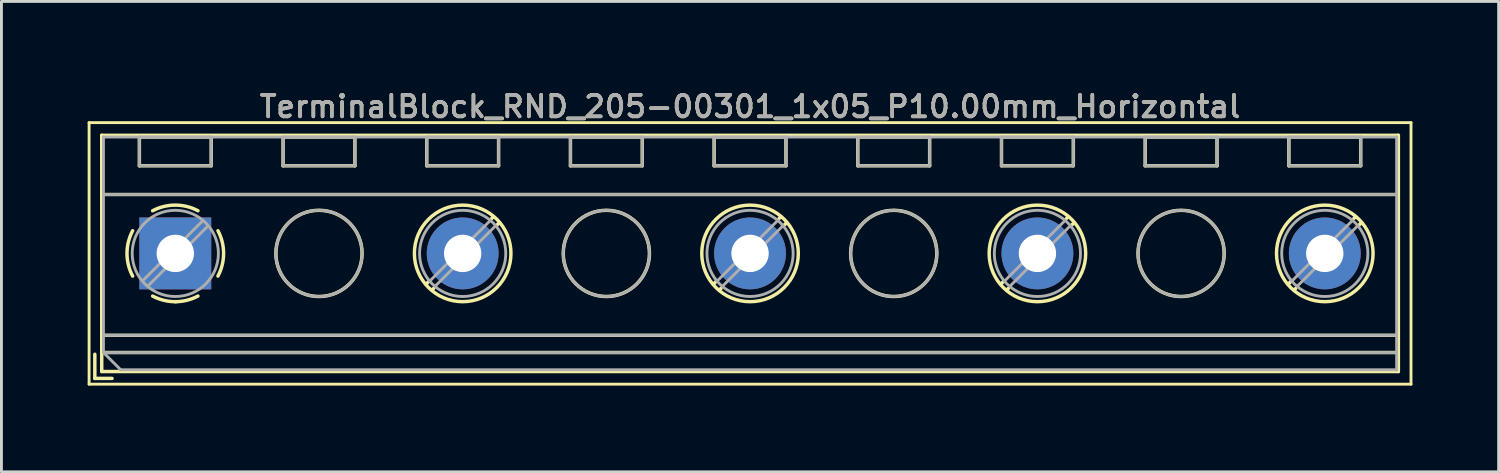
<source format=kicad_pcb>
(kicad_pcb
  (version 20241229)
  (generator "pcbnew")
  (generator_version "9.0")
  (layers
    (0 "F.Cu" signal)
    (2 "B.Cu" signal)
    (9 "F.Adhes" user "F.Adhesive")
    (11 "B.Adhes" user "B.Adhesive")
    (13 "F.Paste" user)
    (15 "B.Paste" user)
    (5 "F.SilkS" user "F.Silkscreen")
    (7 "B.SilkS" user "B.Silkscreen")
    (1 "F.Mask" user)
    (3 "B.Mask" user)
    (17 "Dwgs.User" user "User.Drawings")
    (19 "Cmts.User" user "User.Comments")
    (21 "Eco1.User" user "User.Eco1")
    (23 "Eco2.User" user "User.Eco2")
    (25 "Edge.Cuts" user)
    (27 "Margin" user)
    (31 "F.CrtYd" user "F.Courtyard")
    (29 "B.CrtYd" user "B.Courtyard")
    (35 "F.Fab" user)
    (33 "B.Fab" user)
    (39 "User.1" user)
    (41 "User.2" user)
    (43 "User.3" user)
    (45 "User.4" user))
  (footprint "TerminalBlock_RND_205-00301_1x05_P10.00mm_Horizontal"
    (layer "F.Cu")
    (at 3.05 5.768)
    (property "Reference" "TerminalBlock_RND_205-00301_1x05_P10.00mm_Horizontal" (at 20 -5.11 0) (layer "F.SilkS") (effects (font (size 0.75 0.75) (thickness 0.125))))
    (attr through_hole)
    (fp_line (start -3 -4.55) (end -3 4.55) (stroke (width 0.1) (type solid)) (layer "F.SilkS"))
    (fp_line (start -3 4.55) (end 43 4.55) (stroke (width 0.1) (type solid)) (layer "F.SilkS"))
    (fp_line (start -2.8 3.51) (end -2.8 4.35) (stroke (width 0.12) (type solid)) (layer "F.SilkS"))
    (fp_line (start -2.8 4.35) (end -2.2 4.35) (stroke (width 0.12) (type solid)) (layer "F.SilkS"))
    (fp_line (start -2.56 -4.11) (end -2.56 4.11) (stroke (width 0.12) (type solid)) (layer "F.SilkS"))
    (fp_line (start -2.56 -4.11) (end 42.56 -4.11) (stroke (width 0.12) (type solid)) (layer "F.SilkS"))
    (fp_line (start -2.56 -2.05) (end 42.56 -2.05) (stroke (width 0.12) (type solid)) (layer "F.SilkS"))
    (fp_line (start -2.56 2.85) (end 42.56 2.85) (stroke (width 0.12) (type solid)) (layer "F.SilkS"))
    (fp_line (start -2.56 3.45) (end 42.56 3.45) (stroke (width 0.12) (type solid)) (layer "F.SilkS"))
    (fp_line (start -2.56 4.11) (end 42.56 4.11) (stroke (width 0.12) (type solid)) (layer "F.SilkS"))
    (fp_line (start -1.25 -4.05) (end -1.25 -3.05) (stroke (width 0.12) (type solid)) (layer "F.SilkS"))
    (fp_line (start -1.25 -4.05) (end 1.25 -4.05) (stroke (width 0.12) (type solid)) (layer "F.SilkS"))
    (fp_line (start -1.25 -3.05) (end 1.25 -3.05) (stroke (width 0.12) (type solid)) (layer "F.SilkS"))
    (fp_line (start 1.25 -4.05) (end 1.25 -3.05) (stroke (width 0.12) (type solid)) (layer "F.SilkS"))
    (fp_line (start 3.75 -4.05) (end 3.75 -3.05) (stroke (width 0.12) (type solid)) (layer "F.SilkS"))
    (fp_line (start 3.75 -4.05) (end 6.25 -4.05) (stroke (width 0.12) (type solid)) (layer "F.SilkS"))
    (fp_line (start 3.75 -3.05) (end 6.25 -3.05) (stroke (width 0.12) (type solid)) (layer "F.SilkS"))
    (fp_line (start 6.25 -4.05) (end 6.25 -3.05) (stroke (width 0.12) (type solid)) (layer "F.SilkS"))
    (fp_line (start 8.75 -4.05) (end 8.75 -3.05) (stroke (width 0.12) (type solid)) (layer "F.SilkS"))
    (fp_line (start 8.75 -4.05) (end 11.25 -4.05) (stroke (width 0.12) (type solid)) (layer "F.SilkS"))
    (fp_line (start 8.75 -3.05) (end 11.25 -3.05) (stroke (width 0.12) (type solid)) (layer "F.SilkS"))
    (fp_line (start 8.82 0.976) (end 8.726 1.069) (stroke (width 0.12) (type solid)) (layer "F.SilkS"))
    (fp_line (start 8.99 1.216) (end 8.931 1.274) (stroke (width 0.12) (type solid)) (layer "F.SilkS"))
    (fp_line (start 11.07 -1.275) (end 11.011 -1.216) (stroke (width 0.12) (type solid)) (layer "F.SilkS"))
    (fp_line (start 11.25 -4.05) (end 11.25 -3.05) (stroke (width 0.12) (type solid)) (layer "F.SilkS"))
    (fp_line (start 11.275 -1.069) (end 11.181 -0.976) (stroke (width 0.12) (type solid)) (layer "F.SilkS"))
    (fp_line (start 13.75 -4.05) (end 13.75 -3.05) (stroke (width 0.12) (type solid)) (layer "F.SilkS"))
    (fp_line (start 13.75 -4.05) (end 16.25 -4.05) (stroke (width 0.12) (type solid)) (layer "F.SilkS"))
    (fp_line (start 13.75 -3.05) (end 16.25 -3.05) (stroke (width 0.12) (type solid)) (layer "F.SilkS"))
    (fp_line (start 16.25 -4.05) (end 16.25 -3.05) (stroke (width 0.12) (type solid)) (layer "F.SilkS"))
    (fp_line (start 18.75 -4.05) (end 18.75 -3.05) (stroke (width 0.12) (type solid)) (layer "F.SilkS"))
    (fp_line (start 18.75 -4.05) (end 21.25 -4.05) (stroke (width 0.12) (type solid)) (layer "F.SilkS"))
    (fp_line (start 18.75 -3.05) (end 21.25 -3.05) (stroke (width 0.12) (type solid)) (layer "F.SilkS"))
    (fp_line (start 18.82 0.976) (end 18.726 1.069) (stroke (width 0.12) (type solid)) (layer "F.SilkS"))
    (fp_line (start 18.99 1.216) (end 18.931 1.274) (stroke (width 0.12) (type solid)) (layer "F.SilkS"))
    (fp_line (start 21.07 -1.275) (end 21.011 -1.216) (stroke (width 0.12) (type solid)) (layer "F.SilkS"))
    (fp_line (start 21.25 -4.05) (end 21.25 -3.05) (stroke (width 0.12) (type solid)) (layer "F.SilkS"))
    (fp_line (start 21.275 -1.069) (end 21.181 -0.976) (stroke (width 0.12) (type solid)) (layer "F.SilkS"))
    (fp_line (start 23.75 -4.05) (end 23.75 -3.05) (stroke (width 0.12) (type solid)) (layer "F.SilkS"))
    (fp_line (start 23.75 -4.05) (end 26.25 -4.05) (stroke (width 0.12) (type solid)) (layer "F.SilkS"))
    (fp_line (start 23.75 -3.05) (end 26.25 -3.05) (stroke (width 0.12) (type solid)) (layer "F.SilkS"))
    (fp_line (start 26.25 -4.05) (end 26.25 -3.05) (stroke (width 0.12) (type solid)) (layer "F.SilkS"))
    (fp_line (start 28.75 -4.05) (end 28.75 -3.05) (stroke (width 0.12) (type solid)) (layer "F.SilkS"))
    (fp_line (start 28.75 -4.05) (end 31.25 -4.05) (stroke (width 0.12) (type solid)) (layer "F.SilkS"))
    (fp_line (start 28.75 -3.05) (end 31.25 -3.05) (stroke (width 0.12) (type solid)) (layer "F.SilkS"))
    (fp_line (start 28.82 0.976) (end 28.726 1.069) (stroke (width 0.12) (type solid)) (layer "F.SilkS"))
    (fp_line (start 28.99 1.216) (end 28.931 1.274) (stroke (width 0.12) (type solid)) (layer "F.SilkS"))
    (fp_line (start 31.07 -1.275) (end 31.011 -1.216) (stroke (width 0.12) (type solid)) (layer "F.SilkS"))
    (fp_line (start 31.25 -4.05) (end 31.25 -3.05) (stroke (width 0.12) (type solid)) (layer "F.SilkS"))
    (fp_line (start 31.275 -1.069) (end 31.181 -0.976) (stroke (width 0.12) (type solid)) (layer "F.SilkS"))
    (fp_line (start 33.75 -4.05) (end 33.75 -3.05) (stroke (width 0.12) (type solid)) (layer "F.SilkS"))
    (fp_line (start 33.75 -4.05) (end 36.25 -4.05) (stroke (width 0.12) (type solid)) (layer "F.SilkS"))
    (fp_line (start 33.75 -3.05) (end 36.25 -3.05) (stroke (width 0.12) (type solid)) (layer "F.SilkS"))
    (fp_line (start 36.25 -4.05) (end 36.25 -3.05) (stroke (width 0.12) (type solid)) (layer "F.SilkS"))
    (fp_line (start 38.75 -4.05) (end 38.75 -3.05) (stroke (width 0.12) (type solid)) (layer "F.SilkS"))
    (fp_line (start 38.75 -4.05) (end 41.25 -4.05) (stroke (width 0.12) (type solid)) (layer "F.SilkS"))
    (fp_line (start 38.75 -3.05) (end 41.25 -3.05) (stroke (width 0.12) (type solid)) (layer "F.SilkS"))
    (fp_line (start 38.82 0.976) (end 38.726 1.069) (stroke (width 0.12) (type solid)) (layer "F.SilkS"))
    (fp_line (start 38.99 1.216) (end 38.931 1.274) (stroke (width 0.12) (type solid)) (layer "F.SilkS"))
    (fp_line (start 41.07 -1.275) (end 41.011 -1.216) (stroke (width 0.12) (type solid)) (layer "F.SilkS"))
    (fp_line (start 41.25 -4.05) (end 41.25 -3.05) (stroke (width 0.12) (type solid)) (layer "F.SilkS"))
    (fp_line (start 41.275 -1.069) (end 41.181 -0.976) (stroke (width 0.12) (type solid)) (layer "F.SilkS"))
    (fp_line (start 42.56 -4.11) (end 42.56 4.11) (stroke (width 0.12) (type solid)) (layer "F.SilkS"))
    (fp_line (start 43 -4.55) (end -3 -4.55) (stroke (width 0.1) (type solid)) (layer "F.SilkS"))
    (fp_line (start 43 4.55) (end 43 -4.55) (stroke (width 0.1) (type solid)) (layer "F.SilkS"))
    (fp_arc (start -1.483953 0.789089) (mid -1.680708 0.00005) (end -1.484 -0.789) (stroke (width 0.12) (type solid)) (layer "F.SilkS"))
    (fp_arc (start -0.789089 -1.483953) (mid -0.00005 -1.680708) (end 0.789 -1.484) (stroke (width 0.12) (type solid)) (layer "F.SilkS"))
    (fp_arc (start 0.029383 1.68045) (mid -0.392304 1.634281) (end -0.789 1.484) (stroke (width 0.12) (type solid)) (layer "F.SilkS"))
    (fp_arc (start 0.788712 1.483352) (mid 0.406429 1.630097) (end 0 1.68) (stroke (width 0.12) (type solid)) (layer "F.SilkS"))
    (fp_arc (start 1.483953 -0.789089) (mid 1.680708 -0.00005) (end 1.484 0.789) (stroke (width 0.12) (type solid)) (layer "F.SilkS"))
    (fp_circle (center 5 0) (end 6.5 0) (stroke (width 0.12) (type solid)) (fill no) (layer "F.SilkS"))
    (fp_circle (center 10 0) (end 11.68 0) (stroke (width 0.12) (type solid)) (fill no) (layer "F.SilkS"))
    (fp_circle (center 15 0) (end 16.5 0) (stroke (width 0.12) (type solid)) (fill no) (layer "F.SilkS"))
    (fp_circle (center 20 0) (end 21.68 0) (stroke (width 0.12) (type solid)) (fill no) (layer "F.SilkS"))
    (fp_circle (center 25 0) (end 26.5 0) (stroke (width 0.12) (type solid)) (fill no) (layer "F.SilkS"))
    (fp_circle (center 30 0) (end 31.68 0) (stroke (width 0.12) (type solid)) (fill no) (layer "F.SilkS"))
    (fp_circle (center 35 0) (end 36.5 0) (stroke (width 0.12) (type solid)) (fill no) (layer "F.SilkS"))
    (fp_circle (center 40 0) (end 41.68 0) (stroke (width 0.12) (type solid)) (fill no) (layer "F.SilkS"))
    (fp_line (start -2.5 -4.05) (end 42.5 -4.05) (stroke (width 0.1) (type solid)) (layer "F.Fab"))
    (fp_line (start -2.5 -2.05) (end 42.5 -2.05) (stroke (width 0.1) (type solid)) (layer "F.Fab"))
    (fp_line (start -2.5 2.85) (end 42.5 2.85) (stroke (width 0.1) (type solid)) (layer "F.Fab"))
    (fp_line (start -2.5 3.45) (end -2.5 -4.05) (stroke (width 0.1) (type solid)) (layer "F.Fab"))
    (fp_line (start -2.5 3.45) (end 42.5 3.45) (stroke (width 0.1) (type solid)) (layer "F.Fab"))
    (fp_line (start -1.9 4.05) (end -2.5 3.45) (stroke (width 0.1) (type solid)) (layer "F.Fab"))
    (fp_line (start -1.25 -4.05) (end -1.25 -3.05) (stroke (width 0.1) (type solid)) (layer "F.Fab"))
    (fp_line (start -1.25 -3.05) (end 1.25 -3.05) (stroke (width 0.1) (type solid)) (layer "F.Fab"))
    (fp_line (start 0.955 -1.138) (end -1.138 0.955) (stroke (width 0.1) (type solid)) (layer "F.Fab"))
    (fp_line (start 1.138 -0.955) (end -0.955 1.138) (stroke (width 0.1) (type solid)) (layer "F.Fab"))
    (fp_line (start 1.25 -4.05) (end -1.25 -4.05) (stroke (width 0.1) (type solid)) (layer "F.Fab"))
    (fp_line (start 1.25 -3.05) (end 1.25 -4.05) (stroke (width 0.1) (type solid)) (layer "F.Fab"))
    (fp_line (start 3.75 -4.05) (end 3.75 -3.05) (stroke (width 0.1) (type solid)) (layer "F.Fab"))
    (fp_line (start 3.75 -3.05) (end 6.25 -3.05) (stroke (width 0.1) (type solid)) (layer "F.Fab"))
    (fp_line (start 6.25 -4.05) (end 3.75 -4.05) (stroke (width 0.1) (type solid)) (layer "F.Fab"))
    (fp_line (start 6.25 -3.05) (end 6.25 -4.05) (stroke (width 0.1) (type solid)) (layer "F.Fab"))
    (fp_line (start 8.75 -4.05) (end 8.75 -3.05) (stroke (width 0.1) (type solid)) (layer "F.Fab"))
    (fp_line (start 8.75 -3.05) (end 11.25 -3.05) (stroke (width 0.1) (type solid)) (layer "F.Fab"))
    (fp_line (start 10.955 -1.138) (end 8.863 0.955) (stroke (width 0.1) (type solid)) (layer "F.Fab"))
    (fp_line (start 11.138 -0.955) (end 9.046 1.138) (stroke (width 0.1) (type solid)) (layer "F.Fab"))
    (fp_line (start 11.25 -4.05) (end 8.75 -4.05) (stroke (width 0.1) (type solid)) (layer "F.Fab"))
    (fp_line (start 11.25 -3.05) (end 11.25 -4.05) (stroke (width 0.1) (type solid)) (layer "F.Fab"))
    (fp_line (start 13.75 -4.05) (end 13.75 -3.05) (stroke (width 0.1) (type solid)) (layer "F.Fab"))
    (fp_line (start 13.75 -3.05) (end 16.25 -3.05) (stroke (width 0.1) (type solid)) (layer "F.Fab"))
    (fp_line (start 16.25 -4.05) (end 13.75 -4.05) (stroke (width 0.1) (type solid)) (layer "F.Fab"))
    (fp_line (start 16.25 -3.05) (end 16.25 -4.05) (stroke (width 0.1) (type solid)) (layer "F.Fab"))
    (fp_line (start 18.75 -4.05) (end 18.75 -3.05) (stroke (width 0.1) (type solid)) (layer "F.Fab"))
    (fp_line (start 18.75 -3.05) (end 21.25 -3.05) (stroke (width 0.1) (type solid)) (layer "F.Fab"))
    (fp_line (start 20.955 -1.138) (end 18.863 0.955) (stroke (width 0.1) (type solid)) (layer "F.Fab"))
    (fp_line (start 21.138 -0.955) (end 19.046 1.138) (stroke (width 0.1) (type solid)) (layer "F.Fab"))
    (fp_line (start 21.25 -4.05) (end 18.75 -4.05) (stroke (width 0.1) (type solid)) (layer "F.Fab"))
    (fp_line (start 21.25 -3.05) (end 21.25 -4.05) (stroke (width 0.1) (type solid)) (layer "F.Fab"))
    (fp_line (start 23.75 -4.05) (end 23.75 -3.05) (stroke (width 0.1) (type solid)) (layer "F.Fab"))
    (fp_line (start 23.75 -3.05) (end 26.25 -3.05) (stroke (width 0.1) (type solid)) (layer "F.Fab"))
    (fp_line (start 26.25 -4.05) (end 23.75 -4.05) (stroke (width 0.1) (type solid)) (layer "F.Fab"))
    (fp_line (start 26.25 -3.05) (end 26.25 -4.05) (stroke (width 0.1) (type solid)) (layer "F.Fab"))
    (fp_line (start 28.75 -4.05) (end 28.75 -3.05) (stroke (width 0.1) (type solid)) (layer "F.Fab"))
    (fp_line (start 28.75 -3.05) (end 31.25 -3.05) (stroke (width 0.1) (type solid)) (layer "F.Fab"))
    (fp_line (start 30.955 -1.138) (end 28.863 0.955) (stroke (width 0.1) (type solid)) (layer "F.Fab"))
    (fp_line (start 31.138 -0.955) (end 29.046 1.138) (stroke (width 0.1) (type solid)) (layer "F.Fab"))
    (fp_line (start 31.25 -4.05) (end 28.75 -4.05) (stroke (width 0.1) (type solid)) (layer "F.Fab"))
    (fp_line (start 31.25 -3.05) (end 31.25 -4.05) (stroke (width 0.1) (type solid)) (layer "F.Fab"))
    (fp_line (start 33.75 -4.05) (end 33.75 -3.05) (stroke (width 0.1) (type solid)) (layer "F.Fab"))
    (fp_line (start 33.75 -3.05) (end 36.25 -3.05) (stroke (width 0.1) (type solid)) (layer "F.Fab"))
    (fp_line (start 36.25 -4.05) (end 33.75 -4.05) (stroke (width 0.1) (type solid)) (layer "F.Fab"))
    (fp_line (start 36.25 -3.05) (end 36.25 -4.05) (stroke (width 0.1) (type solid)) (layer "F.Fab"))
    (fp_line (start 38.75 -4.05) (end 38.75 -3.05) (stroke (width 0.1) (type solid)) (layer "F.Fab"))
    (fp_line (start 38.75 -3.05) (end 41.25 -3.05) (stroke (width 0.1) (type solid)) (layer "F.Fab"))
    (fp_line (start 40.955 -1.138) (end 38.863 0.955) (stroke (width 0.1) (type solid)) (layer "F.Fab"))
    (fp_line (start 41.138 -0.955) (end 39.046 1.138) (stroke (width 0.1) (type solid)) (layer "F.Fab"))
    (fp_line (start 41.25 -4.05) (end 38.75 -4.05) (stroke (width 0.1) (type solid)) (layer "F.Fab"))
    (fp_line (start 41.25 -3.05) (end 41.25 -4.05) (stroke (width 0.1) (type solid)) (layer "F.Fab"))
    (fp_line (start 42.5 -4.05) (end 42.5 4.05) (stroke (width 0.1) (type solid)) (layer "F.Fab"))
    (fp_line (start 42.5 4.05) (end -1.9 4.05) (stroke (width 0.1) (type solid)) (layer "F.Fab"))
    (fp_circle (center 0 0) (end 1.5 0) (stroke (width 0.1) (type solid)) (fill no) (layer "F.Fab"))
    (fp_circle (center 5 0) (end 6.5 0) (stroke (width 0.1) (type solid)) (fill no) (layer "F.Fab"))
    (fp_circle (center 10 0) (end 11.5 0) (stroke (width 0.1) (type solid)) (fill no) (layer "F.Fab"))
    (fp_circle (center 15 0) (end 16.5 0) (stroke (width 0.1) (type solid)) (fill no) (layer "F.Fab"))
    (fp_circle (center 20 0) (end 21.5 0) (stroke (width 0.1) (type solid)) (fill no) (layer "F.Fab"))
    (fp_circle (center 25 0) (end 26.5 0) (stroke (width 0.1) (type solid)) (fill no) (layer "F.Fab"))
    (fp_circle (center 30 0) (end 31.5 0) (stroke (width 0.1) (type solid)) (fill no) (layer "F.Fab"))
    (fp_circle (center 35 0) (end 36.5 0) (stroke (width 0.1) (type solid)) (fill no) (layer "F.Fab"))
    (fp_circle (center 40 0) (end 41.5 0) (stroke (width 0.1) (type solid)) (fill no) (layer "F.Fab"))
    (fp_text user "${REFERENCE}" (at 20 -5.11 0) (layer "F.Fab") (effects (font (size 0.75 0.75) (thickness 0.125))))
    (pad "1" thru_hole rect (at 0 0) (size 2.5 2.5) (drill 1.3) (layers "*.Cu" "*.Mask"))
    (pad "2" thru_hole circle (at 10 0) (size 2.5 2.5) (drill 1.3) (layers "*.Cu" "*.Mask"))
    (pad "3" thru_hole circle (at 20 0) (size 2.5 2.5) (drill 1.3) (layers "*.Cu" "*.Mask"))
    (pad "4" thru_hole circle (at 30 0) (size 2.5 2.5) (drill 1.3) (layers "*.Cu" "*.Mask"))
    (pad "5" thru_hole circle (at 40 0) (size 2.5 2.5) (drill 1.3) (layers "*.Cu" "*.Mask")))
  (gr_rect
    (start -3 -3)
    (end 49.1 13.368)
    (stroke (width 0.1) (type default))
    (fill no)
    (layer "Edge.Cuts")))
</source>
